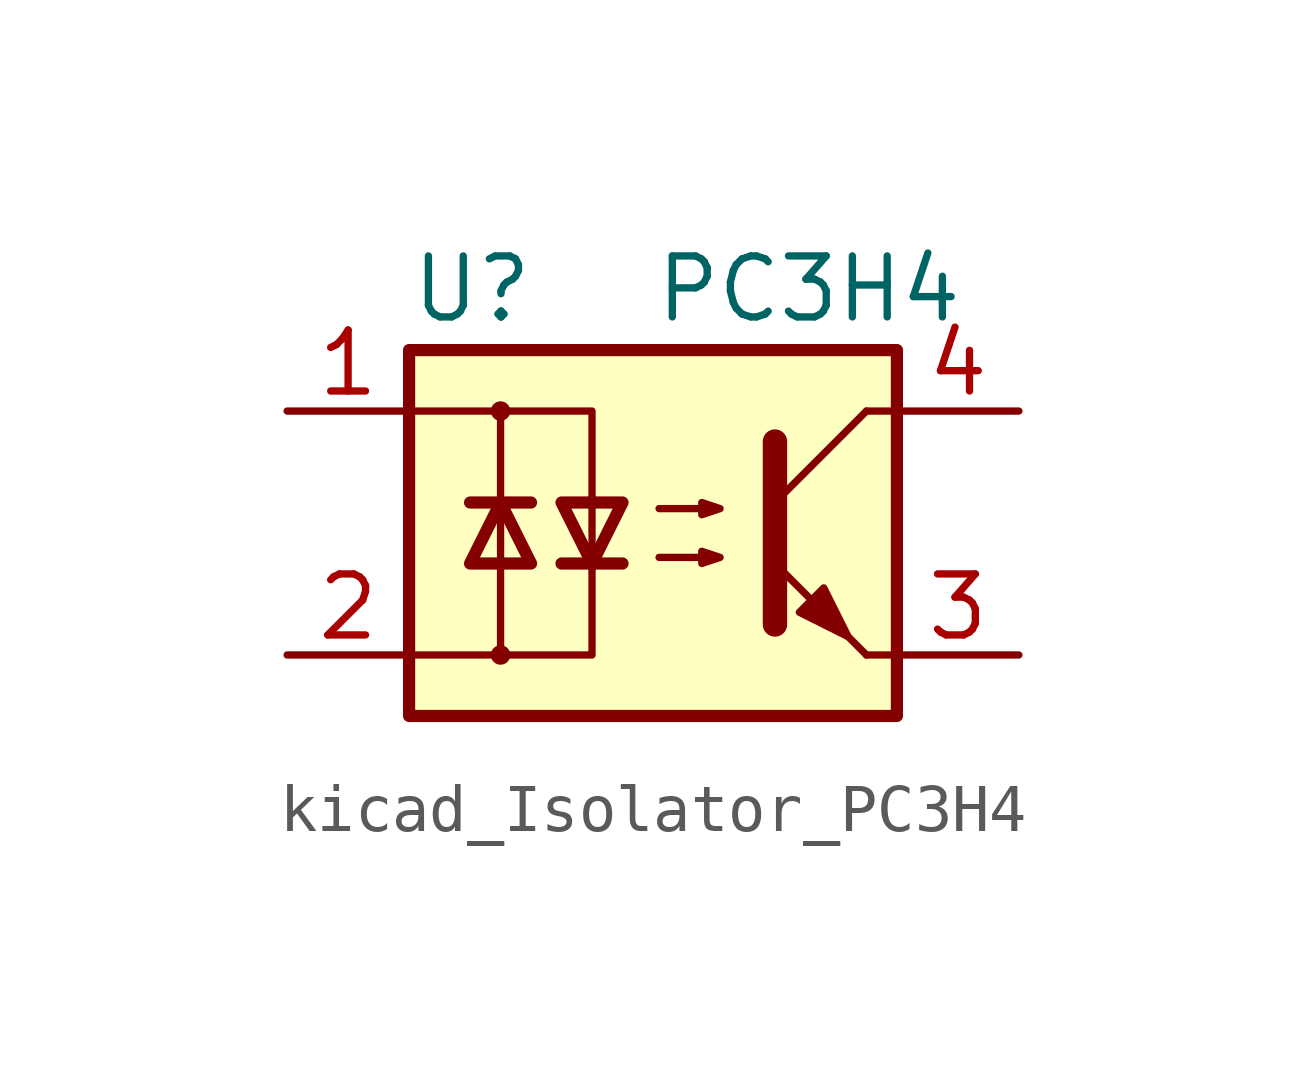
<source format=kicad_sym>
(kicad_symbol_lib
  (version 20220914)
  (generator kicad_symbol_editor)
  (symbol "kicad_Isolator_PC3H4"
    (pin_names
      (offset 1.016))
    (property "Reference" "U"
      (at -5.08 5.08 0)
      (effects (font (size 1.27 1.27)) (justify left)))
    (property "Value" "PC3H4"
      (at 0 5.08 0)
      (effects (font (size 1.27 1.27)) (justify left)))
    (symbol "kicad_Isolator_PC3H4_0_1"
      (rectangle (start -5.08 3.81) (end 5.08 -3.81) (stroke (width 0.254) (type default)) (fill (type background)))
      (circle (center -3.175 -2.54) (radius 0.127) (stroke (width 0) (type default)) (fill (type none)))
      (circle (center -3.175 2.54) (radius 0.127) (stroke (width 0) (type default)) (fill (type none)))
      (polyline (pts (xy -3.81 0.635) (xy -2.54 0.635)) (stroke (width 0.254) (type default)) (fill (type none)))
      (polyline (pts (xy -3.175 -0.635) (xy -3.175 -2.54)) (stroke (width 0) (type default)) (fill (type none)))
      (polyline (pts (xy -3.175 -0.635) (xy -3.175 2.54)) (stroke (width 0) (type default)) (fill (type none)))
      (polyline (pts (xy -1.905 -0.635) (xy -0.635 -0.635)) (stroke (width 0.254) (type default)) (fill (type none)))
      (polyline (pts (xy 2.54 0.635) (xy 4.445 2.54)) (stroke (width 0) (type default)) (fill (type none)))
      (polyline (pts (xy 4.445 -2.54) (xy 2.54 -0.635)) (stroke (width 0) (type default)) (fill (type outline)))
      (polyline (pts (xy 4.445 -2.54) (xy 5.08 -2.54)) (stroke (width 0) (type default)) (fill (type none)))
      (polyline (pts (xy 4.445 2.54) (xy 5.08 2.54)) (stroke (width 0) (type default)) (fill (type none)))
      (polyline (pts (xy -5.08 2.54) (xy -1.27 2.54) (xy -1.27 -0.635)) (stroke (width 0) (type default)) (fill (type none)))
      (polyline (pts (xy -1.27 -0.635) (xy -1.27 -2.54) (xy -5.08 -2.54)) (stroke (width 0) (type default)) (fill (type none)))
      (polyline (pts (xy 2.54 1.905) (xy 2.54 -1.905) (xy 2.54 -1.905)) (stroke (width 0.508) (type default)) (fill (type none)))
      (polyline (pts (xy -3.175 0.635) (xy -3.81 -0.635) (xy -2.54 -0.635) (xy -3.175 0.635)) (stroke (width 0.254) (type default)) (fill (type none)))
      (polyline (pts (xy -1.27 -0.635) (xy -1.905 0.635) (xy -0.635 0.635) (xy -1.27 -0.635)) (stroke (width 0.254) (type default)) (fill (type none)))
      (polyline (pts (xy 0.127 -0.508) (xy 1.397 -0.508) (xy 1.016 -0.635) (xy 1.016 -0.381) (xy 1.397 -0.508)) (stroke (width 0) (type default)) (fill (type none)))
      (polyline (pts (xy 0.127 0.508) (xy 1.397 0.508) (xy 1.016 0.381) (xy 1.016 0.635) (xy 1.397 0.508)) (stroke (width 0) (type default)) (fill (type none)))
      (polyline (pts (xy 3.048 -1.651) (xy 3.556 -1.143) (xy 4.064 -2.159) (xy 3.048 -1.651) (xy 3.048 -1.651)) (stroke (width 0) (type default)) (fill (type outline))))
    (symbol "kicad_Isolator_PC3H4_1_1"
      (pin passive line (at -7.62 2.54 0) (length 2.54) (name "~" (effects (font (size 1.27 1.27)))) (number "1" (effects (font (size 1.27 1.27)))))
      (pin passive line (at -7.62 -2.54 0) (length 2.54) (name "~" (effects (font (size 1.27 1.27)))) (number "2" (effects (font (size 1.27 1.27)))))
      (pin passive line (at 7.62 -2.54 180) (length 2.54) (name "~" (effects (font (size 1.27 1.27)))) (number "3" (effects (font (size 1.27 1.27)))))
      (pin passive line (at 7.62 2.54 180) (length 2.54) (name "~" (effects (font (size 1.27 1.27)))) (number "4" (effects (font (size 1.27 1.27))))))))
</source>
